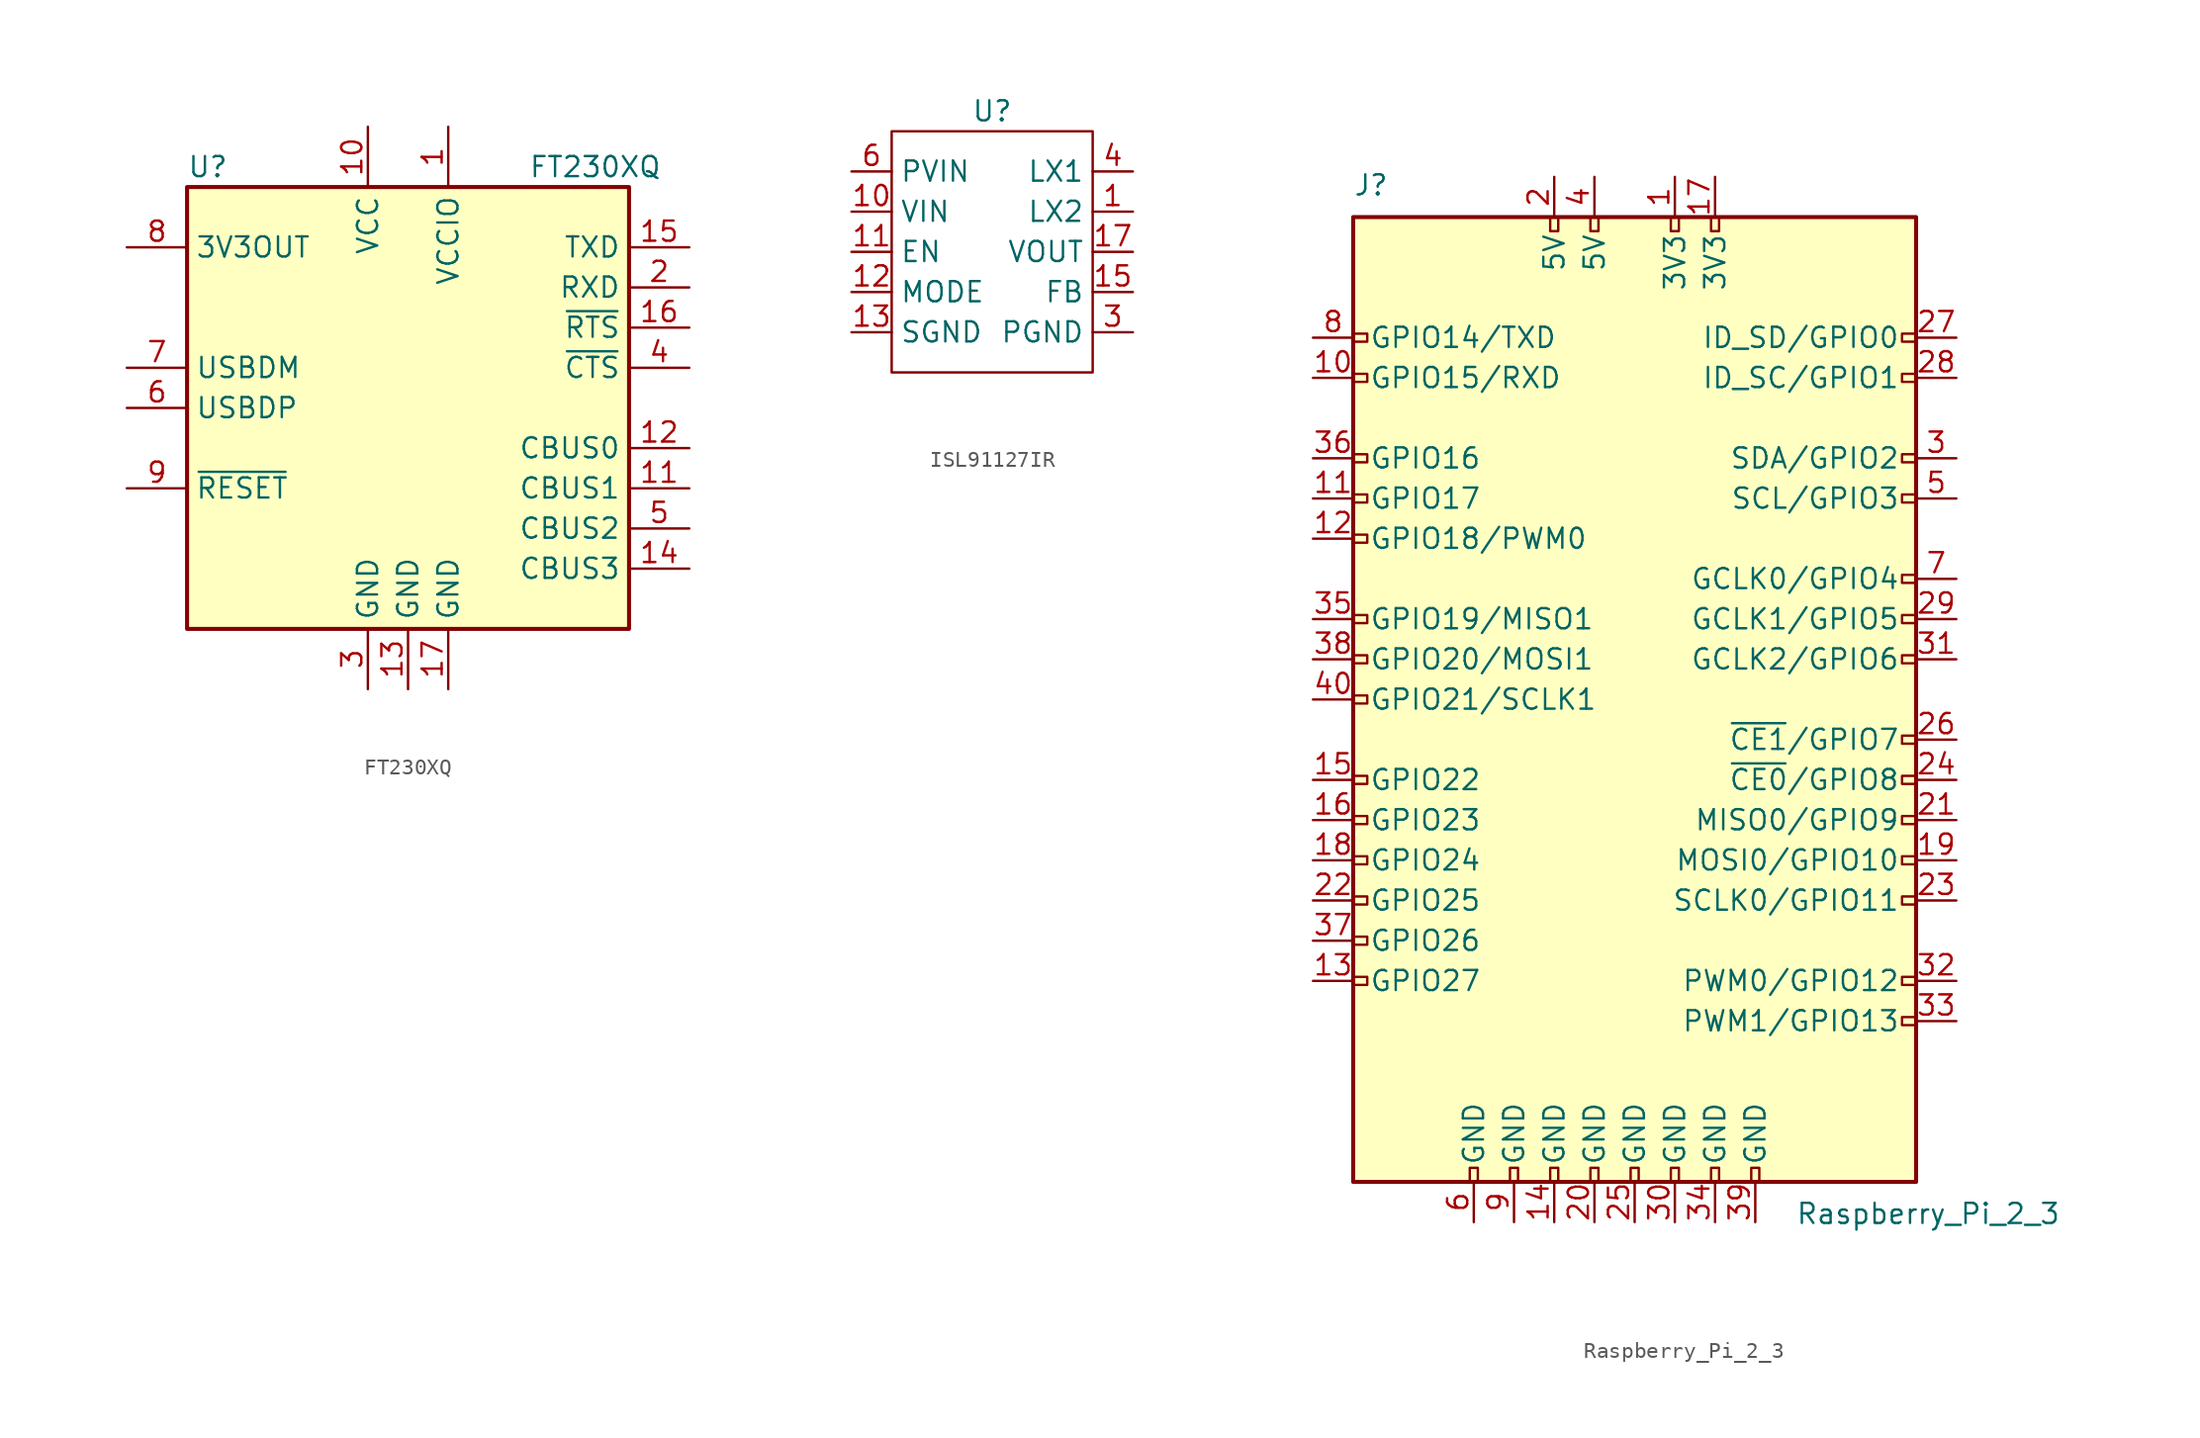
<source format=kicad_sym>
(kicad_symbol_lib
  (version 20231120)
  (generator "kicad_symbol_editor")
  (generator_version "8.0")
  (symbol "FT230XQ"
    (property "Reference" "U"
      (at -13.97 15.24 0)
      (effects (font (size 1.27 1.27)) (justify left)))
    (property "Value" "FT230XQ"
      (at 7.62 15.24 0)
      (effects (font (size 1.27 1.27)) (justify left)))
    (symbol "FT230XQ_0_1"
      (rectangle (start -13.97 13.97) (end 13.97 -13.97) (stroke (width 0.254) (type default)) (fill (type background))))
    (symbol "FT230XQ_1_1"
      (pin power_in line (at 2.54 17.78 270) (length 3.81) (name "VCCIO" (effects (font (size 1.27 1.27)))) (number "1" (effects (font (size 1.27 1.27)))))
      (pin power_in line (at -2.54 17.78 270) (length 3.81) (name "VCC" (effects (font (size 1.27 1.27)))) (number "10" (effects (font (size 1.27 1.27)))))
      (pin bidirectional line (at 17.78 -5.08 180) (length 3.81) (name "CBUS1" (effects (font (size 1.27 1.27)))) (number "11" (effects (font (size 1.27 1.27)))))
      (pin bidirectional line (at 17.78 -2.54 180) (length 3.81) (name "CBUS0" (effects (font (size 1.27 1.27)))) (number "12" (effects (font (size 1.27 1.27)))))
      (pin passive line (at 0 -17.78 90) (length 3.81) (name "GND" (effects (font (size 1.27 1.27)))) (number "13" (effects (font (size 1.27 1.27)))))
      (pin bidirectional line (at 17.78 -10.16 180) (length 3.81) (name "CBUS3" (effects (font (size 1.27 1.27)))) (number "14" (effects (font (size 1.27 1.27)))))
      (pin output line (at 17.78 10.16 180) (length 3.81) (name "TXD" (effects (font (size 1.27 1.27)))) (number "15" (effects (font (size 1.27 1.27)))))
      (pin output line (at 17.78 5.08 180) (length 3.81) (name "~{RTS}" (effects (font (size 1.27 1.27)))) (number "16" (effects (font (size 1.27 1.27)))))
      (pin passive line (at 2.54 -17.78 90) (length 3.81) (name "GND" (effects (font (size 1.27 1.27)))) (number "17" (effects (font (size 1.27 1.27)))))
      (pin input line (at 17.78 7.62 180) (length 3.81) (name "RXD" (effects (font (size 1.27 1.27)))) (number "2" (effects (font (size 1.27 1.27)))))
      (pin passive line (at -2.54 -17.78 90) (length 3.81) (name "GND" (effects (font (size 1.27 1.27)))) (number "3" (effects (font (size 1.27 1.27)))))
      (pin input line (at 17.78 2.54 180) (length 3.81) (name "~{CTS}" (effects (font (size 1.27 1.27)))) (number "4" (effects (font (size 1.27 1.27)))))
      (pin bidirectional line (at 17.78 -7.62 180) (length 3.81) (name "CBUS2" (effects (font (size 1.27 1.27)))) (number "5" (effects (font (size 1.27 1.27)))))
      (pin bidirectional line (at -17.78 0 0) (length 3.81) (name "USBDP" (effects (font (size 1.27 1.27)))) (number "6" (effects (font (size 1.27 1.27)))))
      (pin bidirectional line (at -17.78 2.54 0) (length 3.81) (name "USBDM" (effects (font (size 1.27 1.27)))) (number "7" (effects (font (size 1.27 1.27)))))
      (pin power_out line (at -17.78 10.16 0) (length 3.81) (name "3V3OUT" (effects (font (size 1.27 1.27)))) (number "8" (effects (font (size 1.27 1.27)))))
      (pin input line (at -17.78 -5.08 0) (length 3.81) (name "~{RESET}" (effects (font (size 1.27 1.27)))) (number "9" (effects (font (size 1.27 1.27)))))))
  (symbol "ISL91127IR"
    (property "Reference" "U"
      (at 0 8.89 0)
      (effects (font (size 1.27 1.27))))
    (property "Value" ""
      (at 0 1.27 0)
      (effects (font (size 1.27 1.27))))
    (symbol "ISL91127IR_0_1"
      (rectangle (start -6.35 7.62) (end 6.35 -7.62) (stroke (width 0) (type default)) (fill (type none))))
    (symbol "ISL91127IR_1_1"
      (pin passive line (at 8.89 2.54 180) (length 2.54) (name "LX2" (effects (font (size 1.27 1.27)))) (number "1" (effects (font (size 1.27 1.27)))))
      (pin power_in line (at -8.89 2.54 0) (length 2.54) (name "VIN" (effects (font (size 1.27 1.27)))) (number "10" (effects (font (size 1.27 1.27)))))
      (pin input line (at -8.89 0 0) (length 2.54) (name "EN" (effects (font (size 1.27 1.27)))) (number "11" (effects (font (size 1.27 1.27)))))
      (pin input line (at -8.89 -2.54 0) (length 2.54) (name "MODE" (effects (font (size 1.27 1.27)))) (number "12" (effects (font (size 1.27 1.27)))))
      (pin passive line (at -8.89 -5.08 0) (length 2.54) (name "SGND" (effects (font (size 1.27 1.27)))) (number "13" (effects (font (size 1.27 1.27)))))
      (pin passive line (at -8.89 -5.08 0) (length 2.54) hide (name "SGND" (effects (font (size 1.27 1.27)))) (number "14" (effects (font (size 1.27 1.27)))))
      (pin passive line (at 8.89 -2.54 180) (length 2.54) (name "FB" (effects (font (size 1.27 1.27)))) (number "15" (effects (font (size 1.27 1.27)))))
      (pin no_connect line (at 0 -10.16 90) (length 2.54) hide (name "NC" (effects (font (size 1.27 1.27)))) (number "16" (effects (font (size 1.27 1.27)))))
      (pin power_out line (at 8.89 0 180) (length 2.54) (name "VOUT" (effects (font (size 1.27 1.27)))) (number "17" (effects (font (size 1.27 1.27)))))
      (pin power_out line (at 8.89 0 180) (length 2.54) hide (name "VOUT" (effects (font (size 1.27 1.27)))) (number "18" (effects (font (size 1.27 1.27)))))
      (pin power_out line (at 8.89 0 180) (length 2.54) hide (name "VOUT" (effects (font (size 1.27 1.27)))) (number "19" (effects (font (size 1.27 1.27)))))
      (pin passive line (at 8.89 2.54 180) (length 2.54) hide (name "LX2" (effects (font (size 1.27 1.27)))) (number "2" (effects (font (size 1.27 1.27)))))
      (pin power_out line (at 8.89 0 180) (length 2.54) hide (name "VOUT" (effects (font (size 1.27 1.27)))) (number "20" (effects (font (size 1.27 1.27)))))
      (pin passive line (at 8.89 -5.08 180) (length 2.54) hide (name "PGND" (effects (font (size 1.27 1.27)))) (number "21" (effects (font (size 1.27 1.27)))))
      (pin passive line (at 8.89 -5.08 180) (length 2.54) (name "PGND" (effects (font (size 1.27 1.27)))) (number "3" (effects (font (size 1.27 1.27)))))
      (pin passive line (at 8.89 5.08 180) (length 2.54) (name "LX1" (effects (font (size 1.27 1.27)))) (number "4" (effects (font (size 1.27 1.27)))))
      (pin passive line (at 8.89 5.08 180) (length 2.54) hide (name "LX1" (effects (font (size 1.27 1.27)))) (number "5" (effects (font (size 1.27 1.27)))))
      (pin power_in line (at -8.89 5.08 0) (length 2.54) (name "PVIN" (effects (font (size 1.27 1.27)))) (number "6" (effects (font (size 1.27 1.27)))))
      (pin power_in line (at -8.89 5.08 0) (length 2.54) hide (name "PVIN" (effects (font (size 1.27 1.27)))) (number "7" (effects (font (size 1.27 1.27)))))
      (pin power_in line (at -8.89 5.08 0) (length 2.54) hide (name "PVIN" (effects (font (size 1.27 1.27)))) (number "8" (effects (font (size 1.27 1.27)))))
      (pin power_in line (at -8.89 5.08 0) (length 2.54) hide (name "PVIN" (effects (font (size 1.27 1.27)))) (number "9" (effects (font (size 1.27 1.27)))))))
  (symbol "Raspberry_Pi_2_3"
    (pin_names
      (offset 1.016))
    (property "Reference" "J"
      (at -17.78 31.75 0)
      (effects (font (size 1.27 1.27)) (justify left bottom)))
    (property "Value" "Raspberry_Pi_2_3"
      (at 10.16 -31.75 0)
      (effects (font (size 1.27 1.27)) (justify left top)))
    (symbol "Raspberry_Pi_2_3_0_1"
      (rectangle (start -17.78 30.48) (end 17.78 -30.48) (stroke (width 0.254) (type default)) (fill (type background))))
    (symbol "Raspberry_Pi_2_3_1_1"
      (rectangle (start -16.891 -17.526) (end -17.78 -18.034) (stroke (width 0) (type default)) (fill (type none)))
      (rectangle (start -16.891 -14.986) (end -17.78 -15.494) (stroke (width 0) (type default)) (fill (type none)))
      (rectangle (start -16.891 -12.446) (end -17.78 -12.954) (stroke (width 0) (type default)) (fill (type none)))
      (rectangle (start -16.891 -9.906) (end -17.78 -10.414) (stroke (width 0) (type default)) (fill (type none)))
      (rectangle (start -16.891 -7.366) (end -17.78 -7.874) (stroke (width 0) (type default)) (fill (type none)))
      (rectangle (start -16.891 -4.826) (end -17.78 -5.334) (stroke (width 0) (type default)) (fill (type none)))
      (rectangle (start -16.891 0.254) (end -17.78 -0.254) (stroke (width 0) (type default)) (fill (type none)))
      (rectangle (start -16.891 2.794) (end -17.78 2.286) (stroke (width 0) (type default)) (fill (type none)))
      (rectangle (start -16.891 5.334) (end -17.78 4.826) (stroke (width 0) (type default)) (fill (type none)))
      (rectangle (start -16.891 10.414) (end -17.78 9.906) (stroke (width 0) (type default)) (fill (type none)))
      (rectangle (start -16.891 12.954) (end -17.78 12.446) (stroke (width 0) (type default)) (fill (type none)))
      (rectangle (start -16.891 15.494) (end -17.78 14.986) (stroke (width 0) (type default)) (fill (type none)))
      (rectangle (start -16.891 20.574) (end -17.78 20.066) (stroke (width 0) (type default)) (fill (type none)))
      (rectangle (start -16.891 23.114) (end -17.78 22.606) (stroke (width 0) (type default)) (fill (type none)))
      (rectangle (start -10.414 -29.591) (end -9.906 -30.48) (stroke (width 0) (type default)) (fill (type none)))
      (rectangle (start -7.874 -29.591) (end -7.366 -30.48) (stroke (width 0) (type default)) (fill (type none)))
      (rectangle (start -5.334 -29.591) (end -4.826 -30.48) (stroke (width 0) (type default)) (fill (type none)))
      (rectangle (start -5.334 30.48) (end -4.826 29.591) (stroke (width 0) (type default)) (fill (type none)))
      (rectangle (start -2.794 -29.591) (end -2.286 -30.48) (stroke (width 0) (type default)) (fill (type none)))
      (rectangle (start -2.794 30.48) (end -2.286 29.591) (stroke (width 0) (type default)) (fill (type none)))
      (rectangle (start -0.254 -29.591) (end 0.254 -30.48) (stroke (width 0) (type default)) (fill (type none)))
      (rectangle (start 2.286 -29.591) (end 2.794 -30.48) (stroke (width 0) (type default)) (fill (type none)))
      (rectangle (start 2.286 30.48) (end 2.794 29.591) (stroke (width 0) (type default)) (fill (type none)))
      (rectangle (start 4.826 -29.591) (end 5.334 -30.48) (stroke (width 0) (type default)) (fill (type none)))
      (rectangle (start 4.826 30.48) (end 5.334 29.591) (stroke (width 0) (type default)) (fill (type none)))
      (rectangle (start 7.366 -29.591) (end 7.874 -30.48) (stroke (width 0) (type default)) (fill (type none)))
      (rectangle (start 17.78 -20.066) (end 16.891 -20.574) (stroke (width 0) (type default)) (fill (type none)))
      (rectangle (start 17.78 -17.526) (end 16.891 -18.034) (stroke (width 0) (type default)) (fill (type none)))
      (rectangle (start 17.78 -12.446) (end 16.891 -12.954) (stroke (width 0) (type default)) (fill (type none)))
      (rectangle (start 17.78 -9.906) (end 16.891 -10.414) (stroke (width 0) (type default)) (fill (type none)))
      (rectangle (start 17.78 -7.366) (end 16.891 -7.874) (stroke (width 0) (type default)) (fill (type none)))
      (rectangle (start 17.78 -4.826) (end 16.891 -5.334) (stroke (width 0) (type default)) (fill (type none)))
      (rectangle (start 17.78 -2.286) (end 16.891 -2.794) (stroke (width 0) (type default)) (fill (type none)))
      (rectangle (start 17.78 2.794) (end 16.891 2.286) (stroke (width 0) (type default)) (fill (type none)))
      (rectangle (start 17.78 5.334) (end 16.891 4.826) (stroke (width 0) (type default)) (fill (type none)))
      (rectangle (start 17.78 7.874) (end 16.891 7.366) (stroke (width 0) (type default)) (fill (type none)))
      (rectangle (start 17.78 12.954) (end 16.891 12.446) (stroke (width 0) (type default)) (fill (type none)))
      (rectangle (start 17.78 15.494) (end 16.891 14.986) (stroke (width 0) (type default)) (fill (type none)))
      (rectangle (start 17.78 20.574) (end 16.891 20.066) (stroke (width 0) (type default)) (fill (type none)))
      (rectangle (start 17.78 23.114) (end 16.891 22.606) (stroke (width 0) (type default)) (fill (type none)))
      (pin power_in line (at 2.54 33.02 270) (length 2.54) (name "3V3" (effects (font (size 1.27 1.27)))) (number "1" (effects (font (size 1.27 1.27)))))
      (pin bidirectional line (at -20.32 20.32 0) (length 2.54) (name "GPIO15/RXD" (effects (font (size 1.27 1.27)))) (number "10" (effects (font (size 1.27 1.27)))))
      (pin bidirectional line (at -20.32 12.7 0) (length 2.54) (name "GPIO17" (effects (font (size 1.27 1.27)))) (number "11" (effects (font (size 1.27 1.27)))))
      (pin bidirectional line (at -20.32 10.16 0) (length 2.54) (name "GPIO18/PWM0" (effects (font (size 1.27 1.27)))) (number "12" (effects (font (size 1.27 1.27)))))
      (pin bidirectional line (at -20.32 -17.78 0) (length 2.54) (name "GPIO27" (effects (font (size 1.27 1.27)))) (number "13" (effects (font (size 1.27 1.27)))))
      (pin passive line (at -5.08 -33.02 90) (length 2.54) (name "GND" (effects (font (size 1.27 1.27)))) (number "14" (effects (font (size 1.27 1.27)))))
      (pin bidirectional line (at -20.32 -5.08 0) (length 2.54) (name "GPIO22" (effects (font (size 1.27 1.27)))) (number "15" (effects (font (size 1.27 1.27)))))
      (pin bidirectional line (at -20.32 -7.62 0) (length 2.54) (name "GPIO23" (effects (font (size 1.27 1.27)))) (number "16" (effects (font (size 1.27 1.27)))))
      (pin power_in line (at 5.08 33.02 270) (length 2.54) (name "3V3" (effects (font (size 1.27 1.27)))) (number "17" (effects (font (size 1.27 1.27)))))
      (pin bidirectional line (at -20.32 -10.16 0) (length 2.54) (name "GPIO24" (effects (font (size 1.27 1.27)))) (number "18" (effects (font (size 1.27 1.27)))))
      (pin bidirectional line (at 20.32 -10.16 180) (length 2.54) (name "MOSI0/GPIO10" (effects (font (size 1.27 1.27)))) (number "19" (effects (font (size 1.27 1.27)))))
      (pin power_in line (at -5.08 33.02 270) (length 2.54) (name "5V" (effects (font (size 1.27 1.27)))) (number "2" (effects (font (size 1.27 1.27)))))
      (pin passive line (at -2.54 -33.02 90) (length 2.54) (name "GND" (effects (font (size 1.27 1.27)))) (number "20" (effects (font (size 1.27 1.27)))))
      (pin bidirectional line (at 20.32 -7.62 180) (length 2.54) (name "MISO0/GPIO9" (effects (font (size 1.27 1.27)))) (number "21" (effects (font (size 1.27 1.27)))))
      (pin bidirectional line (at -20.32 -12.7 0) (length 2.54) (name "GPIO25" (effects (font (size 1.27 1.27)))) (number "22" (effects (font (size 1.27 1.27)))))
      (pin bidirectional line (at 20.32 -12.7 180) (length 2.54) (name "SCLK0/GPIO11" (effects (font (size 1.27 1.27)))) (number "23" (effects (font (size 1.27 1.27)))))
      (pin bidirectional line (at 20.32 -5.08 180) (length 2.54) (name "~{CE0}/GPIO8" (effects (font (size 1.27 1.27)))) (number "24" (effects (font (size 1.27 1.27)))))
      (pin passive line (at 0 -33.02 90) (length 2.54) (name "GND" (effects (font (size 1.27 1.27)))) (number "25" (effects (font (size 1.27 1.27)))))
      (pin bidirectional line (at 20.32 -2.54 180) (length 2.54) (name "~{CE1}/GPIO7" (effects (font (size 1.27 1.27)))) (number "26" (effects (font (size 1.27 1.27)))))
      (pin bidirectional line (at 20.32 22.86 180) (length 2.54) (name "ID_SD/GPIO0" (effects (font (size 1.27 1.27)))) (number "27" (effects (font (size 1.27 1.27)))))
      (pin bidirectional line (at 20.32 20.32 180) (length 2.54) (name "ID_SC/GPIO1" (effects (font (size 1.27 1.27)))) (number "28" (effects (font (size 1.27 1.27)))))
      (pin bidirectional line (at 20.32 5.08 180) (length 2.54) (name "GCLK1/GPIO5" (effects (font (size 1.27 1.27)))) (number "29" (effects (font (size 1.27 1.27)))))
      (pin bidirectional line (at 20.32 15.24 180) (length 2.54) (name "SDA/GPIO2" (effects (font (size 1.27 1.27)))) (number "3" (effects (font (size 1.27 1.27)))))
      (pin passive line (at 2.54 -33.02 90) (length 2.54) (name "GND" (effects (font (size 1.27 1.27)))) (number "30" (effects (font (size 1.27 1.27)))))
      (pin bidirectional line (at 20.32 2.54 180) (length 2.54) (name "GCLK2/GPIO6" (effects (font (size 1.27 1.27)))) (number "31" (effects (font (size 1.27 1.27)))))
      (pin bidirectional line (at 20.32 -17.78 180) (length 2.54) (name "PWM0/GPIO12" (effects (font (size 1.27 1.27)))) (number "32" (effects (font (size 1.27 1.27)))))
      (pin bidirectional line (at 20.32 -20.32 180) (length 2.54) (name "PWM1/GPIO13" (effects (font (size 1.27 1.27)))) (number "33" (effects (font (size 1.27 1.27)))))
      (pin passive line (at 5.08 -33.02 90) (length 2.54) (name "GND" (effects (font (size 1.27 1.27)))) (number "34" (effects (font (size 1.27 1.27)))))
      (pin bidirectional line (at -20.32 5.08 0) (length 2.54) (name "GPIO19/MISO1" (effects (font (size 1.27 1.27)))) (number "35" (effects (font (size 1.27 1.27)))))
      (pin bidirectional line (at -20.32 15.24 0) (length 2.54) (name "GPIO16" (effects (font (size 1.27 1.27)))) (number "36" (effects (font (size 1.27 1.27)))))
      (pin bidirectional line (at -20.32 -15.24 0) (length 2.54) (name "GPIO26" (effects (font (size 1.27 1.27)))) (number "37" (effects (font (size 1.27 1.27)))))
      (pin bidirectional line (at -20.32 2.54 0) (length 2.54) (name "GPIO20/MOSI1" (effects (font (size 1.27 1.27)))) (number "38" (effects (font (size 1.27 1.27)))))
      (pin passive line (at 7.62 -33.02 90) (length 2.54) (name "GND" (effects (font (size 1.27 1.27)))) (number "39" (effects (font (size 1.27 1.27)))))
      (pin power_in line (at -2.54 33.02 270) (length 2.54) (name "5V" (effects (font (size 1.27 1.27)))) (number "4" (effects (font (size 1.27 1.27)))))
      (pin bidirectional line (at -20.32 0 0) (length 2.54) (name "GPIO21/SCLK1" (effects (font (size 1.27 1.27)))) (number "40" (effects (font (size 1.27 1.27)))))
      (pin bidirectional line (at 20.32 12.7 180) (length 2.54) (name "SCL/GPIO3" (effects (font (size 1.27 1.27)))) (number "5" (effects (font (size 1.27 1.27)))))
      (pin passive line (at -10.16 -33.02 90) (length 2.54) (name "GND" (effects (font (size 1.27 1.27)))) (number "6" (effects (font (size 1.27 1.27)))))
      (pin bidirectional line (at 20.32 7.62 180) (length 2.54) (name "GCLK0/GPIO4" (effects (font (size 1.27 1.27)))) (number "7" (effects (font (size 1.27 1.27)))))
      (pin bidirectional line (at -20.32 22.86 0) (length 2.54) (name "GPIO14/TXD" (effects (font (size 1.27 1.27)))) (number "8" (effects (font (size 1.27 1.27)))))
      (pin passive line (at -7.62 -33.02 90) (length 2.54) (name "GND" (effects (font (size 1.27 1.27)))) (number "9" (effects (font (size 1.27 1.27))))))))
</source>
